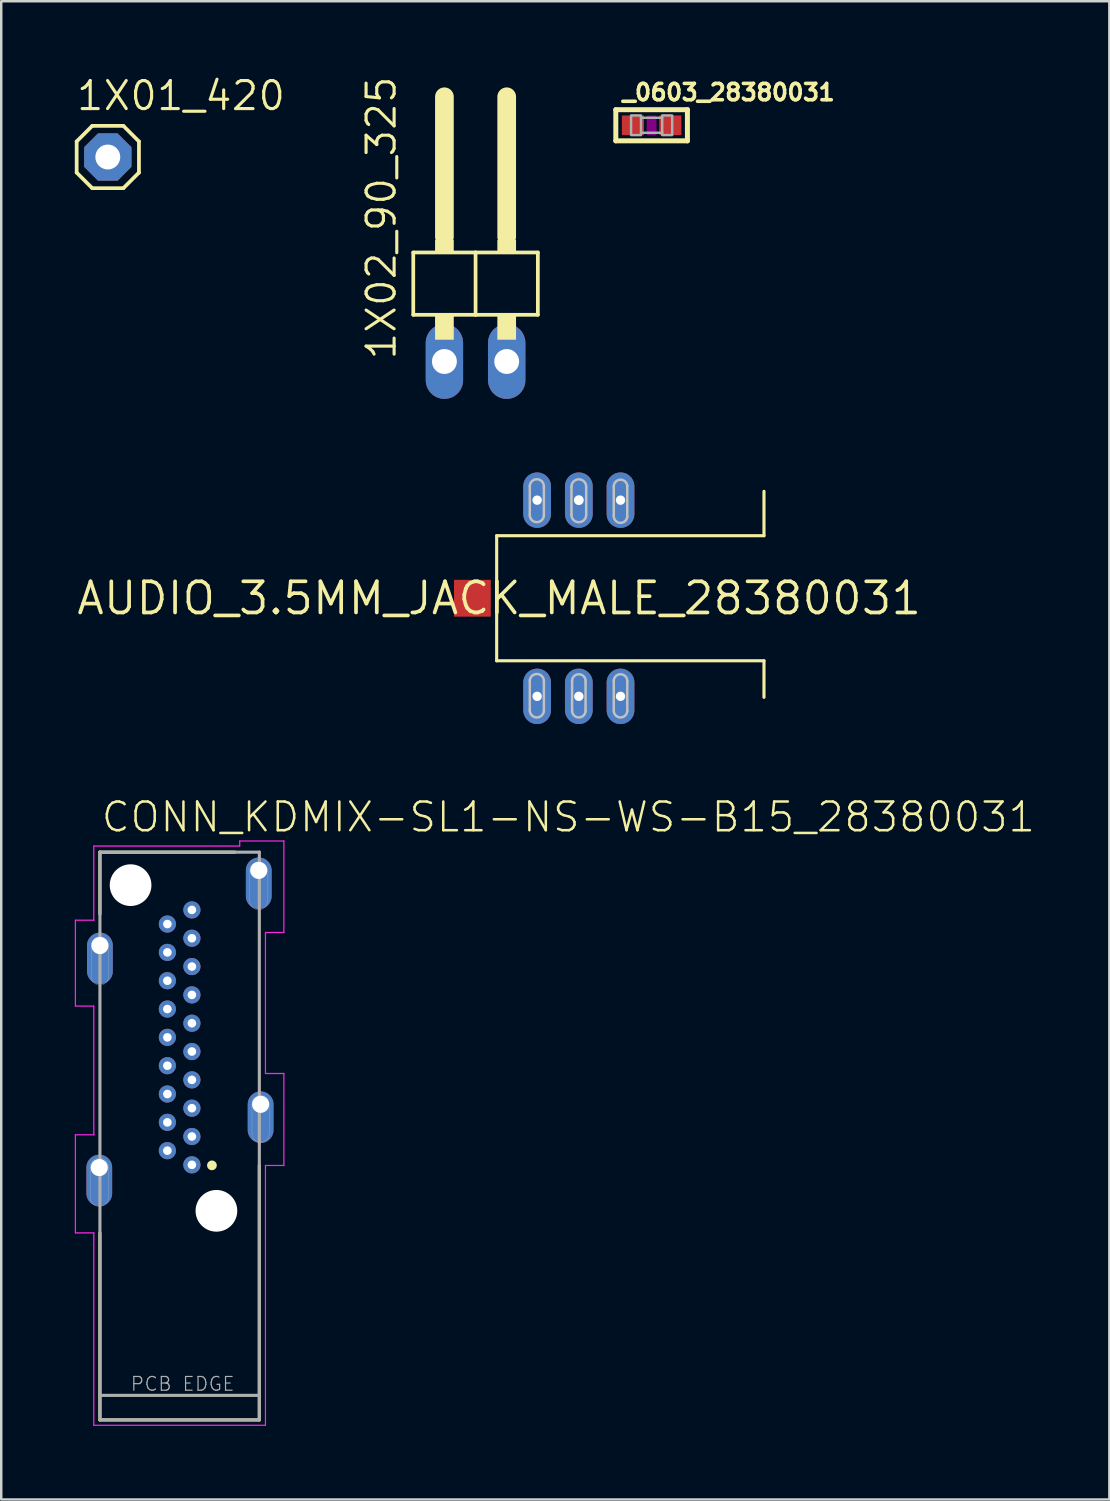
<source format=kicad_pcb>
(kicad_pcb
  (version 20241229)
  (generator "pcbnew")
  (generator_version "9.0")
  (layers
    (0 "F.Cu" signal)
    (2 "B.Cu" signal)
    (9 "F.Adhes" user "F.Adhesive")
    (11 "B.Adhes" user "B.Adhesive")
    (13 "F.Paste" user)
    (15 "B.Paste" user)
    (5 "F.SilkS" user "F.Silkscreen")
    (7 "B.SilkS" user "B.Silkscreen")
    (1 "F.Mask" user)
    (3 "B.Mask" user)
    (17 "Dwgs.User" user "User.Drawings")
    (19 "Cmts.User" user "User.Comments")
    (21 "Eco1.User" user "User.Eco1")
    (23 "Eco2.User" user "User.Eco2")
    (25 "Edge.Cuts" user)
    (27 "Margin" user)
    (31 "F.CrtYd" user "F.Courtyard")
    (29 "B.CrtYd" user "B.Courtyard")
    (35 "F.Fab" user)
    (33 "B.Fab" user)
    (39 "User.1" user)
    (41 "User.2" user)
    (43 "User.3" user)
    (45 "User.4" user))
  (footprint "1X02_90_325"
    (layer "F.Cu")
    (at 16.342 7.881)
    (property "Reference" "1X02_90_325" (at -3.175 3.81 90) (unlocked yes) (layer "F.SilkS") (effects (font (size 1.143 1.143) (thickness 0.127)) (justify left bottom)))
    (fp_line (start -2.54 -0.635) (end -2.54 1.905) (stroke (width 0.152) (type solid)) (layer "F.SilkS"))
    (fp_line (start -2.54 1.905) (end 0 1.905) (stroke (width 0.152) (type solid)) (layer "F.SilkS"))
    (fp_line (start -1.27 -6.985) (end -1.27 -1.27) (stroke (width 0.762) (type solid)) (layer "F.SilkS"))
    (fp_line (start 0 -0.635) (end -2.54 -0.635) (stroke (width 0.152) (type solid)) (layer "F.SilkS"))
    (fp_line (start 0 1.905) (end 0 -0.635) (stroke (width 0.152) (type solid)) (layer "F.SilkS"))
    (fp_line (start 0 1.905) (end 2.54 1.905) (stroke (width 0.152) (type solid)) (layer "F.SilkS"))
    (fp_line (start 1.27 -6.985) (end 1.27 -1.27) (stroke (width 0.762) (type solid)) (layer "F.SilkS"))
    (fp_line (start 2.54 -0.635) (end 0 -0.635) (stroke (width 0.152) (type solid)) (layer "F.SilkS"))
    (fp_line (start 2.54 1.905) (end 2.54 -0.635) (stroke (width 0.152) (type solid)) (layer "F.SilkS"))
    (fp_poly (pts (xy -1.651 -0.635) (xy -0.889 -0.635) (xy -0.889 -1.143) (xy -1.651 -1.143)) (stroke (width 0) (type default)) (fill yes) (layer "F.SilkS"))
    (fp_poly (pts (xy -1.651 2.921) (xy -0.889 2.921) (xy -0.889 1.905) (xy -1.651 1.905)) (stroke (width 0) (type default)) (fill yes) (layer "F.SilkS"))
    (fp_poly (pts (xy 0.889 -0.635) (xy 1.651 -0.635) (xy 1.651 -1.143) (xy 0.889 -1.143)) (stroke (width 0) (type default)) (fill yes) (layer "F.SilkS"))
    (fp_poly (pts (xy 0.889 2.921) (xy 1.651 2.921) (xy 1.651 1.905) (xy 0.889 1.905)) (stroke (width 0) (type default)) (fill yes) (layer "F.SilkS"))
    (pad "1" thru_hole oval (at -1.27 3.81 90) (size 3.048 1.524) (drill 1.016) (layers "*.Cu" "*.Mask"))
    (pad "2" thru_hole oval (at 1.27 3.81 90) (size 3.048 1.524) (drill 1.016) (layers "*.Cu" "*.Mask")))
  (footprint "CONN_KDMIX-SL1-NS-WS-B15_28380031"
    (layer "F.Cu")
    (at 4.275 39.724)
    (property "Reference" "CONN_KDMIX-SL1-NS-WS-B15_28380031" (at -3.258 -8.772 0) (unlocked yes) (layer "F.SilkS") (effects (font (size 1.171 1.171) (thickness 0.102)) (justify left bottom)))
    (fp_poly (pts (xy -4.06 7.168) (xy -2.45 7.168) (xy -2.45 3.8) (xy -4.06 3.8)) (stroke (width 0) (type default)) (fill yes) (layer "F.Mask"))
    (fp_poly (pts (xy -4.052 -1.851) (xy -2.45 -1.851) (xy -2.45 -5.2) (xy -4.052 -5.2)) (stroke (width 0) (type default)) (fill yes) (layer "F.Mask"))
    (fp_poly (pts (xy 2.454 4.558) (xy 4.05 4.558) (xy 4.05 1.2) (xy 2.454 1.2)) (stroke (width 0) (type default)) (fill yes) (layer "F.Mask"))
    (fp_poly (pts (xy 2.456 -4.963) (xy 4.05 -4.963) (xy 4.05 -8.3) (xy 2.456 -8.3)) (stroke (width 0) (type default)) (fill yes) (layer "F.Mask"))
    (fp_poly (pts (xy -4.06 7.168) (xy -2.45 7.168) (xy -2.45 3.8) (xy -4.06 3.8)) (stroke (width 0) (type default)) (fill yes) (layer "B.Mask"))
    (fp_poly (pts (xy -4.055 -1.852) (xy -2.45 -1.852) (xy -2.45 -5.2) (xy -4.055 -5.2)) (stroke (width 0) (type default)) (fill yes) (layer "B.Mask"))
    (fp_poly (pts (xy 2.455 4.56) (xy 4.05 4.56) (xy 4.05 1.2) (xy 2.455 1.2)) (stroke (width 0) (type default)) (fill yes) (layer "B.Mask"))
    (fp_poly (pts (xy 2.456 -4.962) (xy 4.05 -4.962) (xy 4.05 -8.3) (xy 2.456 -8.3)) (stroke (width 0) (type default)) (fill yes) (layer "B.Mask"))
    (fp_line (start -3.25 -8.025) (end 2.25 -8.025) (stroke (width 0.127) (type solid)) (layer "F.SilkS"))
    (fp_line (start -3.25 -5.5) (end -3.25 -8.025) (stroke (width 0.127) (type solid)) (layer "F.SilkS"))
    (fp_line (start -3.25 7.5) (end -3.25 15.125) (stroke (width 0.127) (type solid)) (layer "F.SilkS"))
    (fp_line (start -3.25 15.125) (end 3.25 15.125) (stroke (width 0.127) (type solid)) (layer "F.SilkS"))
    (fp_line (start 3.25 15.125) (end 3.25 4.75) (stroke (width 0.127) (type solid)) (layer "F.SilkS"))
    (fp_circle (center 1.317 4.746) (end 1.417 4.746) (stroke (width 0.2) (type solid)) (fill no) (layer "F.SilkS"))
    (fp_circle (center -0.505 -2.786) (end -0.404 -2.786) (stroke (width 0.508) (type solid)) (fill no) (layer "B.Paste"))
    (fp_circle (center -0.5 -1.628) (end -0.399 -1.628) (stroke (width 0.508) (type solid)) (fill no) (layer "B.Paste"))
    (fp_circle (center -0.5 -0.472) (end -0.399 -0.472) (stroke (width 0.508) (type solid)) (fill no) (layer "B.Paste"))
    (fp_circle (center -0.5 0.678) (end -0.399 0.678) (stroke (width 0.508) (type solid)) (fill no) (layer "B.Paste"))
    (fp_circle (center -0.5 -5.09) (end -0.399 -5.09) (stroke (width 0.508) (type solid)) (fill no) (layer "B.Paste"))
    (fp_circle (center -0.5 1.839) (end -0.399 1.839) (stroke (width 0.508) (type solid)) (fill no) (layer "B.Paste"))
    (fp_circle (center -0.5 2.992) (end -0.399 2.992) (stroke (width 0.508) (type solid)) (fill no) (layer "B.Paste"))
    (fp_circle (center -0.498 4.148) (end -0.396 4.148) (stroke (width 0.508) (type solid)) (fill no) (layer "B.Paste"))
    (fp_circle (center -0.495 -3.942) (end -0.394 -3.942) (stroke (width 0.508) (type solid)) (fill no) (layer "B.Paste"))
    (fp_circle (center 0.493 1.262) (end 0.594 1.262) (stroke (width 0.508) (type solid)) (fill no) (layer "B.Paste"))
    (fp_circle (center 0.498 -3.355) (end 0.599 -3.355) (stroke (width 0.508) (type solid)) (fill no) (layer "B.Paste"))
    (fp_circle (center 0.498 -4.514) (end 0.599 -4.514) (stroke (width 0.508) (type solid)) (fill no) (layer "B.Paste"))
    (fp_circle (center 0.498 -2.207) (end 0.599 -2.207) (stroke (width 0.508) (type solid)) (fill no) (layer "B.Paste"))
    (fp_circle (center 0.5 -5.669) (end 0.602 -5.669) (stroke (width 0.508) (type solid)) (fill no) (layer "B.Paste"))
    (fp_circle (center 0.5 0.107) (end 0.602 0.107) (stroke (width 0.508) (type solid)) (fill no) (layer "B.Paste"))
    (fp_circle (center 0.5 3.569) (end 0.602 3.569) (stroke (width 0.508) (type solid)) (fill no) (layer "B.Paste"))
    (fp_circle (center 0.5 4.724) (end 0.602 4.724) (stroke (width 0.508) (type solid)) (fill no) (layer "B.Paste"))
    (fp_circle (center 0.503 2.418) (end 0.604 2.418) (stroke (width 0.508) (type solid)) (fill no) (layer "B.Paste"))
    (fp_circle (center 0.505 -1.049) (end 0.607 -1.049) (stroke (width 0.508) (type solid)) (fill no) (layer "B.Paste"))
    (fp_line (start -3.65 4.85) (end -3.65 6.05) (stroke (width 0.01) (type solid)) (layer "Dwgs.User"))
    (fp_line (start -3.6 -4.25) (end -3.6 -2.95) (stroke (width 0.01) (type solid)) (layer "Dwgs.User"))
    (fp_line (start -2.9 -4.25) (end -2.9 -2.95) (stroke (width 0.01) (type solid)) (layer "Dwgs.User"))
    (fp_line (start -2.9 4.8) (end -2.9 6.05) (stroke (width 0.01) (type solid)) (layer "Dwgs.User"))
    (fp_line (start 2.85 -7.25) (end 2.85 -6.05) (stroke (width 0.01) (type solid)) (layer "Dwgs.User"))
    (fp_line (start 2.95 2.25) (end 2.95 3.45) (stroke (width 0.01) (type solid)) (layer "Dwgs.User"))
    (fp_line (start 3.6 -7.25) (end 3.6 -6.05) (stroke (width 0.01) (type solid)) (layer "Dwgs.User"))
    (fp_line (start 3.65 2.25) (end 3.65 3.45) (stroke (width 0.01) (type solid)) (layer "Dwgs.User"))
    (fp_arc (start -3.65 4.85) (mid -3.3 4.45) (end -2.9 4.8) (stroke (width 0.01) (type solid)) (layer "Dwgs.User"))
    (fp_arc (start -3.6 -4.25) (mid -3.249999 -4.575891) (end -2.9 -4.249998) (stroke (width 0.01) (type solid)) (layer "Dwgs.User"))
    (fp_arc (start -2.9 -2.95) (mid -3.25 -2.6) (end -3.6 -2.95) (stroke (width 0.01) (type solid)) (layer "Dwgs.User"))
    (fp_arc (start -2.9 6.05) (mid -3.275 6.425) (end -3.65 6.05) (stroke (width 0.01) (type solid)) (layer "Dwgs.User"))
    (fp_arc (start 2.85 -7.25) (mid 3.225 -7.625) (end 3.6 -7.25) (stroke (width 0.01) (type solid)) (layer "Dwgs.User"))
    (fp_arc (start 2.95 2.25) (mid 3.3 1.9) (end 3.65 2.25) (stroke (width 0.01) (type solid)) (layer "Dwgs.User"))
    (fp_arc (start 3.6 -6.05) (mid 3.225 -5.675) (end 2.85 -6.05) (stroke (width 0.01) (type solid)) (layer "Dwgs.User"))
    (fp_arc (start 3.65 3.45) (mid 3.3 3.8) (end 2.95 3.45) (stroke (width 0.01) (type solid)) (layer "Dwgs.User"))
    (fp_line (start -4.25 -5.25) (end -4.25 -1.75) (stroke (width 0.05) (type solid)) (layer "F.CrtYd"))
    (fp_line (start -4.25 -1.75) (end -3.5 -1.75) (stroke (width 0.05) (type solid)) (layer "F.CrtYd"))
    (fp_line (start -4.25 3.5) (end -4.25 7.5) (stroke (width 0.05) (type solid)) (layer "F.CrtYd"))
    (fp_line (start -4.25 7.5) (end -3.5 7.5) (stroke (width 0.05) (type solid)) (layer "F.CrtYd"))
    (fp_line (start -3.5 -8.275) (end -3.5 -5.25) (stroke (width 0.05) (type solid)) (layer "F.CrtYd"))
    (fp_line (start -3.5 -5.25) (end -4.25 -5.25) (stroke (width 0.05) (type solid)) (layer "F.CrtYd"))
    (fp_line (start -3.5 -1.75) (end -3.5 3.5) (stroke (width 0.05) (type solid)) (layer "F.CrtYd"))
    (fp_line (start -3.5 3.5) (end -4.25 3.5) (stroke (width 0.05) (type solid)) (layer "F.CrtYd"))
    (fp_line (start -3.5 7.5) (end -3.5 15.345) (stroke (width 0.05) (type solid)) (layer "F.CrtYd"))
    (fp_line (start -3.5 15.345) (end 3.5 15.345) (stroke (width 0.05) (type solid)) (layer "F.CrtYd"))
    (fp_line (start 2.45 -8.48) (end 2.45 -8.275) (stroke (width 0.05) (type solid)) (layer "F.CrtYd"))
    (fp_line (start 2.45 -8.275) (end -3.5 -8.275) (stroke (width 0.05) (type solid)) (layer "F.CrtYd"))
    (fp_line (start 3.5 -4.75) (end 4.25 -4.75) (stroke (width 0.05) (type solid)) (layer "F.CrtYd"))
    (fp_line (start 3.5 1) (end 3.5 -4.75) (stroke (width 0.05) (type solid)) (layer "F.CrtYd"))
    (fp_line (start 3.5 4.75) (end 4.25 4.75) (stroke (width 0.05) (type solid)) (layer "F.CrtYd"))
    (fp_line (start 3.5 15.345) (end 3.5 4.75) (stroke (width 0.05) (type solid)) (layer "F.CrtYd"))
    (fp_line (start 4.25 -8.48) (end 2.45 -8.48) (stroke (width 0.05) (type solid)) (layer "F.CrtYd"))
    (fp_line (start 4.25 -4.75) (end 4.25 -8.48) (stroke (width 0.05) (type solid)) (layer "F.CrtYd"))
    (fp_line (start 4.25 1) (end 3.5 1) (stroke (width 0.05) (type solid)) (layer "F.CrtYd"))
    (fp_line (start 4.25 4.75) (end 4.25 1) (stroke (width 0.05) (type solid)) (layer "F.CrtYd"))
    (fp_line (start -3.25 -8.025) (end 3.25 -8.025) (stroke (width 0.127) (type solid)) (layer "F.Fab"))
    (fp_line (start -3.25 14.125) (end -3.25 -8.025) (stroke (width 0.127) (type solid)) (layer "F.Fab"))
    (fp_line (start -3.25 15.125) (end -3.25 14.125) (stroke (width 0.127) (type solid)) (layer "F.Fab"))
    (fp_line (start 3.25 -8.025) (end 3.25 14.125) (stroke (width 0.127) (type solid)) (layer "F.Fab"))
    (fp_line (start 3.25 14.125) (end -3.25 14.125) (stroke (width 0.127) (type solid)) (layer "F.Fab"))
    (fp_line (start 3.25 14.125) (end 3.25 15.125) (stroke (width 0.127) (type solid)) (layer "F.Fab"))
    (fp_line (start 3.25 15.125) (end -3.25 15.125) (stroke (width 0.127) (type solid)) (layer "F.Fab"))
    (fp_text user "PCB EDGE" (at -2.034 13.986 0) (unlocked yes) (layer "F.Fab") (effects (font (size 0.561 0.561) (thickness 0.049)) (justify left bottom)))
    (pad "" np_thru_hole circle (at -2 -6.68) (size 1.7 1.7) (drill 1.7) (layers "*.Cu" "*.Mask"))
    (pad "" np_thru_hole circle (at 1.5 6.6) (size 1.7 1.7) (drill 1.7) (layers "*.Cu" "*.Mask"))
    (pad "1" thru_hole circle (at 0.5 4.725) (size 0.7 0.7) (drill 0.35) (layers "*.Cu" "*.Mask"))
    (pad "2" thru_hole circle (at -0.5 4.147) (size 0.7 0.7) (drill 0.35) (layers "*.Cu" "*.Mask"))
    (pad "3" thru_hole circle (at 0.5 3.57) (size 0.7 0.7) (drill 0.35) (layers "*.Cu" "*.Mask"))
    (pad "4" thru_hole circle (at -0.5 2.992) (size 0.7 0.7) (drill 0.35) (layers "*.Cu" "*.Mask"))
    (pad "5" thru_hole circle (at 0.5 2.415) (size 0.7 0.7) (drill 0.35) (layers "*.Cu" "*.Mask"))
    (pad "6" thru_hole circle (at -0.5 1.837) (size 0.7 0.7) (drill 0.35) (layers "*.Cu" "*.Mask"))
    (pad "7" thru_hole circle (at 0.5 1.26) (size 0.7 0.7) (drill 0.35) (layers "*.Cu" "*.Mask"))
    (pad "8" thru_hole circle (at -0.5 0.682) (size 0.7 0.7) (drill 0.35) (layers "*.Cu" "*.Mask"))
    (pad "9" thru_hole circle (at 0.5 0.105) (size 0.7 0.7) (drill 0.35) (layers "*.Cu" "*.Mask"))
    (pad "10" thru_hole circle (at -0.5 -0.473) (size 0.7 0.7) (drill 0.35) (layers "*.Cu" "*.Mask"))
    (pad "11" thru_hole circle (at 0.5 -1.05) (size 0.7 0.7) (drill 0.35) (layers "*.Cu" "*.Mask"))
    (pad "12" thru_hole circle (at -0.5 -1.628) (size 0.7 0.7) (drill 0.35) (layers "*.Cu" "*.Mask"))
    (pad "13" thru_hole circle (at 0.5 -2.205) (size 0.7 0.7) (drill 0.35) (layers "*.Cu" "*.Mask"))
    (pad "14" thru_hole circle (at -0.5 -2.783) (size 0.7 0.7) (drill 0.35) (layers "*.Cu" "*.Mask"))
    (pad "15" thru_hole circle (at 0.5 -3.36) (size 0.7 0.7) (drill 0.35) (layers "*.Cu" "*.Mask"))
    (pad "16" thru_hole circle (at -0.5 -3.938) (size 0.7 0.7) (drill 0.35) (layers "*.Cu" "*.Mask"))
    (pad "17" thru_hole circle (at 0.5 -4.515) (size 0.7 0.7) (drill 0.35) (layers "*.Cu" "*.Mask"))
    (pad "18" thru_hole circle (at -0.5 -5.093) (size 0.7 0.7) (drill 0.35) (layers "*.Cu" "*.Mask"))
    (pad "19" thru_hole circle (at 0.5 -5.67) (size 0.7 0.7) (drill 0.35) (layers "*.Cu" "*.Mask"))
    (pad "S1" thru_hole oval (at -3.277 4.836 270) (size 2.1 1.05) (drill 0.7 (offset 0.525 0)) (layers "*.Cu" "*.Mask"))
    (pad "S2" thru_hole oval (at 3.302 2.257 270) (size 2.1 1.05) (drill 0.7 (offset 0.525 0)) (layers "*.Cu" "*.Mask"))
    (pad "S3" thru_hole oval (at -3.251 -4.218 270) (size 2.1 1.05) (drill 0.7 (offset 0.525 0)) (layers "*.Cu" "*.Mask"))
    (pad "S4" thru_hole oval (at 3.226 -7.282 270) (size 2.1 1.05) (drill 0.7 (offset 0.525 0)) (layers "*.Cu" "*.Mask")))
  (footprint "1X01_420"
    (layer "F.Cu")
    (at 1.346 3.353)
    (property "Reference" "1X01_420" (at -1.346 -1.829 0) (unlocked yes) (layer "F.SilkS") (effects (font (size 1.143 1.143) (thickness 0.127)) (justify left bottom)))
    (fp_line (start -1.27 -0.635) (end -1.27 0.635) (stroke (width 0.152) (type solid)) (layer "F.SilkS"))
    (fp_line (start -1.27 0.635) (end -0.635 1.27) (stroke (width 0.152) (type solid)) (layer "F.SilkS"))
    (fp_line (start -0.635 -1.27) (end -1.27 -0.635) (stroke (width 0.152) (type solid)) (layer "F.SilkS"))
    (fp_line (start -0.635 -1.27) (end 0.635 -1.27) (stroke (width 0.152) (type solid)) (layer "F.SilkS"))
    (fp_line (start 0.635 -1.27) (end 1.27 -0.635) (stroke (width 0.152) (type solid)) (layer "F.SilkS"))
    (fp_line (start 0.635 1.27) (end -0.635 1.27) (stroke (width 0.152) (type solid)) (layer "F.SilkS"))
    (fp_line (start 1.27 -0.635) (end 1.27 0.635) (stroke (width 0.152) (type solid)) (layer "F.SilkS"))
    (fp_line (start 1.27 0.635) (end 0.635 1.27) (stroke (width 0.152) (type solid)) (layer "F.SilkS"))
    (fp_poly (pts (xy -0.254 0.254) (xy 0.254 0.254) (xy 0.254 -0.254) (xy -0.254 -0.254)) (stroke (width 0.1) (type default)) (fill no) (layer "F.Fab"))
    (pad "1" thru_hole roundrect (at 0 0) (size 1.93 1.93) (drill 1.016) (layers "*.Cu" "*.Mask") (roundrect_rratio 0.25) (chamfer_ratio 0.293) (chamfer top_left top_right bottom_left bottom_right)))
  (footprint "_0603_28380031"
    (layer "F.Cu")
    (at 23.521 2.058)
    (property "Reference" "_0603_28380031" (at -1.27 -0.953 0) (unlocked yes) (layer "F.SilkS") (effects (font (size 0.666 0.666) (thickness 0.146)) (justify left bottom)))
    (fp_line (start -1.46 -0.635) (end 1.46 -0.635) (stroke (width 0.203) (type solid)) (layer "F.SilkS"))
    (fp_line (start -1.46 0.635) (end -1.46 -0.635) (stroke (width 0.203) (type solid)) (layer "F.SilkS"))
    (fp_line (start 1.46 -0.635) (end 1.46 0.635) (stroke (width 0.203) (type solid)) (layer "F.SilkS"))
    (fp_line (start 1.46 0.635) (end -1.46 0.635) (stroke (width 0.203) (type solid)) (layer "F.SilkS"))
    (fp_poly (pts (xy -0.2 0.4) (xy 0.2 0.4) (xy 0.2 -0.4) (xy -0.2 -0.4)) (stroke (width 0) (type default)) (fill yes) (layer "F.Adhes"))
    (fp_line (start -0.432 0.306) (end 0.432 0.306) (stroke (width 0.102) (type solid)) (layer "F.Fab"))
    (fp_line (start 0.432 -0.306) (end -0.432 -0.306) (stroke (width 0.102) (type solid)) (layer "F.Fab"))
    (fp_poly (pts (xy -0.838 0.4) (xy -0.432 0.4) (xy -0.432 -0.4) (xy -0.838 -0.4)) (stroke (width 0.1) (type default)) (fill no) (layer "F.Fab"))
    (fp_poly (pts (xy 0.432 0.4) (xy 0.838 0.4) (xy 0.838 -0.4) (xy 0.432 -0.4)) (stroke (width 0.1) (type default)) (fill no) (layer "F.Fab"))
    (pad "1" smd rect (at -0.762 0) (size 0.9 0.8) (layers "F.Cu" "F.Mask" "F.Paste"))
    (pad "2" smd rect (at 0.762 0) (size 0.9 0.8) (layers "F.Cu" "F.Mask" "F.Paste")))
  (footprint "AUDIO_3.5MM_JACK_MALE_28380031"
    (layer "F.Cu")
    (at 17.303 21.345)
    (property "Reference" "AUDIO_3.5MM_JACK_MALE_28380031" (at 0 0 0) (layer "F.SilkS") (effects (font (size 1.27 1.27) (thickness 0.15))))
    (fp_line (start -0.1 -2.55) (end -0.1 2.55) (stroke (width 0.127) (type solid)) (layer "F.SilkS"))
    (fp_line (start -0.1 -2.55) (end 10.8 -2.55) (stroke (width 0.127) (type solid)) (layer "F.SilkS"))
    (fp_line (start -0.1 2.55) (end 10.8 2.55) (stroke (width 0.127) (type solid)) (layer "F.SilkS"))
    (fp_line (start 10.8 -2.55) (end 10.8 -4.36) (stroke (width 0.127) (type solid)) (layer "F.SilkS"))
    (fp_line (start 10.8 2.55) (end 10.8 4.04) (stroke (width 0.127) (type solid)) (layer "F.SilkS"))
    (fp_line (start 1.25 -3.4) (end 1.25 -4.575) (stroke (width 0.1) (type solid)) (layer "Dwgs.User"))
    (fp_line (start 1.25 4.55) (end 1.25 3.35) (stroke (width 0.1) (type solid)) (layer "Dwgs.User"))
    (fp_line (start 1.825 -4.55) (end 1.825 -3.375) (stroke (width 0.1) (type solid)) (layer "Dwgs.User"))
    (fp_line (start 1.825 3.4) (end 1.825 4.6) (stroke (width 0.1) (type solid)) (layer "Dwgs.User"))
    (fp_line (start 2.95 -3.4) (end 2.95 -4.55) (stroke (width 0.1) (type solid)) (layer "Dwgs.User"))
    (fp_line (start 2.975 4.6) (end 2.975 3.35) (stroke (width 0.1) (type solid)) (layer "Dwgs.User"))
    (fp_line (start 3.525 3.4) (end 3.525 4.575) (stroke (width 0.1) (type solid)) (layer "Dwgs.User"))
    (fp_line (start 3.55 -4.55) (end 3.55 -3.4) (stroke (width 0.1) (type solid)) (layer "Dwgs.User"))
    (fp_line (start 4.675 -3.375) (end 4.675 -4.55) (stroke (width 0.1) (type solid)) (layer "Dwgs.User"))
    (fp_line (start 4.675 4.575) (end 4.675 3.35) (stroke (width 0.1) (type solid)) (layer "Dwgs.User"))
    (fp_line (start 5.225 -4.575) (end 5.225 -3.325) (stroke (width 0.1) (type solid)) (layer "Dwgs.User"))
    (fp_line (start 5.225 3.4) (end 5.225 4.6) (stroke (width 0.1) (type solid)) (layer "Dwgs.User"))
    (fp_arc (start 1.25 -4.575) (mid 1.55 -4.85) (end 1.825 -4.55) (stroke (width 0.1) (type solid)) (layer "Dwgs.User"))
    (fp_arc (start 1.25 3.35) (mid 1.5625 3.0875) (end 1.825 3.4) (stroke (width 0.1) (type solid)) (layer "Dwgs.User"))
    (fp_arc (start 1.825 -3.375) (mid 1.525 -3.1) (end 1.25 -3.4) (stroke (width 0.1) (type solid)) (layer "Dwgs.User"))
    (fp_arc (start 1.825 4.6) (mid 1.5125 4.8625) (end 1.25 4.55) (stroke (width 0.1) (type solid)) (layer "Dwgs.User"))
    (fp_arc (start 2.95 -4.55) (mid 3.25 -4.85) (end 3.55 -4.55) (stroke (width 0.1) (type solid)) (layer "Dwgs.User"))
    (fp_arc (start 2.975 3.35) (mid 3.275 3.1) (end 3.525 3.4) (stroke (width 0.1) (type solid)) (layer "Dwgs.User"))
    (fp_arc (start 3.525 4.575) (mid 3.2625 4.8625) (end 2.975 4.6) (stroke (width 0.1) (type solid)) (layer "Dwgs.User"))
    (fp_arc (start 3.55 -3.4) (mid 3.25 -3.1) (end 2.95 -3.4) (stroke (width 0.1) (type solid)) (layer "Dwgs.User"))
    (fp_arc (start 4.675 -4.55) (mid 4.9375 -4.8375) (end 5.225 -4.575) (stroke (width 0.1) (type solid)) (layer "Dwgs.User"))
    (fp_arc (start 4.675 3.35) (mid 4.975 3.1) (end 5.225 3.4) (stroke (width 0.1) (type solid)) (layer "Dwgs.User"))
    (fp_arc (start 5.225 -3.325) (mid 4.925 -3.075) (end 4.675 -3.375) (stroke (width 0.1) (type solid)) (layer "Dwgs.User"))
    (fp_arc (start 5.225 4.6) (mid 4.9375 4.8625) (end 4.675 4.575) (stroke (width 0.1) (type solid)) (layer "Dwgs.User"))
    (pad "P$1L" thru_hole oval (at 4.95 -4 90) (size 2.26 1.13) (drill 0.381) (layers "*.Cu" "*.Mask"))
    (pad "P$1R" thru_hole oval (at 4.95 4 90) (size 2.26 1.13) (drill 0.381) (layers "*.Cu" "*.Mask"))
    (pad "P$2L" thru_hole oval (at 3.25 -4 90) (size 2.26 1.13) (drill 0.4) (layers "*.Cu" "*.Mask"))
    (pad "P$2R" thru_hole oval (at 3.25 4 90) (size 2.26 1.13) (drill 0.381) (layers "*.Cu" "*.Mask"))
    (pad "P$3L" thru_hole oval (at 1.55 -4 90) (size 2.26 1.13) (drill 0.381) (layers "*.Cu" "*.Mask"))
    (pad "P$3R" thru_hole oval (at 1.55 4 90) (size 2.26 1.13) (drill 0.381) (layers "*.Cu" "*.Mask"))
    (pad "P$4" smd rect (at -1.09 0 90) (size 1.5 1.5) (layers "F.Cu" "F.Mask" "F.Paste")))
  (gr_rect
    (start -3 -3)
    (end 42.186 58.094)
    (stroke (width 0.1) (type default))
    (fill no)
    (layer "Edge.Cuts")))
</source>
